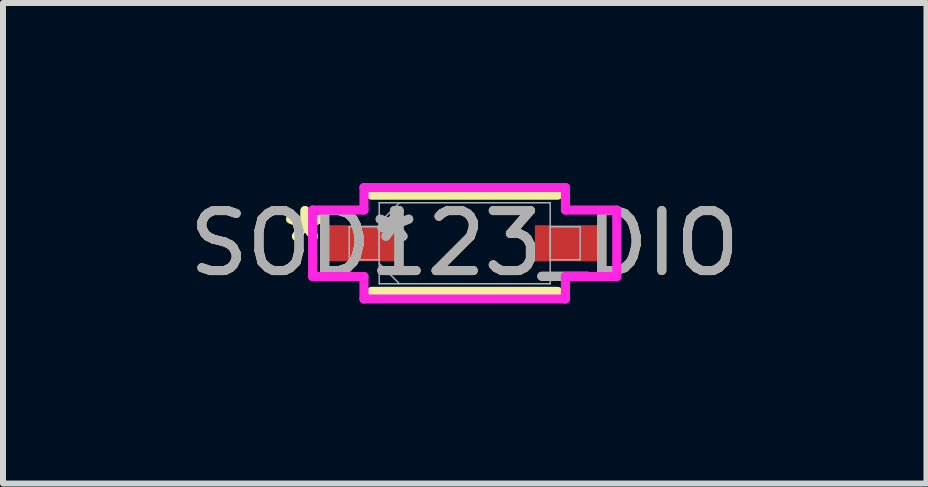
<source format=kicad_pcb>
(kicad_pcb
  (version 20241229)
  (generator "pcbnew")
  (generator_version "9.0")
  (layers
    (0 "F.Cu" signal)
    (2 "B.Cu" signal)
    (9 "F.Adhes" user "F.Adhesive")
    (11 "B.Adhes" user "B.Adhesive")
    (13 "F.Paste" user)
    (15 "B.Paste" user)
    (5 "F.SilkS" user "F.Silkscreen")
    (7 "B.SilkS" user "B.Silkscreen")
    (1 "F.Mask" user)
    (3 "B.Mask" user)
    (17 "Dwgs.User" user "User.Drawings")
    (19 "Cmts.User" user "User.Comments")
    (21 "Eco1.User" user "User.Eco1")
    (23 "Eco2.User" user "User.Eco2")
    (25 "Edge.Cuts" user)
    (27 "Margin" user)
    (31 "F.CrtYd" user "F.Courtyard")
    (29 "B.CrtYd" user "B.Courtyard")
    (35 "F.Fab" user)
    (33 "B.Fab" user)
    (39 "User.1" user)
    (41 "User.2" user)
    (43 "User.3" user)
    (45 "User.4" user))
  (footprint "SOD123_DIO"
    (layer "F.Cu")
    (at 4.696 1.005)
    (property "Reference" "SOD123_DIO" (at 0 0 0) (unlocked yes) (layer "F.SilkS") (effects (font (size 1 1) (thickness 0.15))))
    (attr smd)
    (fp_line (start -1.552 0.802) (end 1.552 0.802) (stroke (width 0.152) (type solid)) (layer "F.SilkS"))
    (fp_line (start 1.552 -0.802) (end -1.552 -0.802) (stroke (width 0.152) (type solid)) (layer "F.SilkS"))
    (fp_line (start -2.535 -0.554) (end -1.679 -0.554) (stroke (width 0.152) (type solid)) (layer "F.CrtYd"))
    (fp_line (start -2.535 0.554) (end -2.535 -0.554) (stroke (width 0.152) (type solid)) (layer "F.CrtYd"))
    (fp_line (start -1.679 -0.929) (end 1.679 -0.929) (stroke (width 0.152) (type solid)) (layer "F.CrtYd"))
    (fp_line (start -1.679 -0.554) (end -1.679 -0.929) (stroke (width 0.152) (type solid)) (layer "F.CrtYd"))
    (fp_line (start -1.679 0.554) (end -2.535 0.554) (stroke (width 0.152) (type solid)) (layer "F.CrtYd"))
    (fp_line (start -1.679 0.929) (end -1.679 0.554) (stroke (width 0.152) (type solid)) (layer "F.CrtYd"))
    (fp_line (start 1.679 -0.929) (end 1.679 -0.554) (stroke (width 0.152) (type solid)) (layer "F.CrtYd"))
    (fp_line (start 1.679 -0.554) (end 2.535 -0.554) (stroke (width 0.152) (type solid)) (layer "F.CrtYd"))
    (fp_line (start 1.679 0.554) (end 1.679 0.929) (stroke (width 0.152) (type solid)) (layer "F.CrtYd"))
    (fp_line (start 1.679 0.929) (end -1.679 0.929) (stroke (width 0.152) (type solid)) (layer "F.CrtYd"))
    (fp_line (start 2.535 -0.554) (end 2.535 0.554) (stroke (width 0.152) (type solid)) (layer "F.CrtYd"))
    (fp_line (start 2.535 0.554) (end 1.679 0.554) (stroke (width 0.152) (type solid)) (layer "F.CrtYd"))
    (fp_line (start -1.925 -0.275) (end -1.925 0.275) (stroke (width 0.025) (type solid)) (layer "F.Fab"))
    (fp_line (start -1.925 0.275) (end -1.425 0.275) (stroke (width 0.025) (type solid)) (layer "F.Fab"))
    (fp_line (start -1.425 -0.675) (end -1.425 0.675) (stroke (width 0.025) (type solid)) (layer "F.Fab"))
    (fp_line (start -1.425 -0.338) (end -1.087 -0.675) (stroke (width 0.025) (type solid)) (layer "F.Fab"))
    (fp_line (start -1.425 -0.275) (end -1.925 -0.275) (stroke (width 0.025) (type solid)) (layer "F.Fab"))
    (fp_line (start -1.425 0.275) (end -1.425 -0.275) (stroke (width 0.025) (type solid)) (layer "F.Fab"))
    (fp_line (start -1.425 0.338) (end -1.087 0.675) (stroke (width 0.025) (type solid)) (layer "F.Fab"))
    (fp_line (start -1.425 0.675) (end 1.425 0.675) (stroke (width 0.025) (type solid)) (layer "F.Fab"))
    (fp_line (start 1.425 -0.675) (end -1.425 -0.675) (stroke (width 0.025) (type solid)) (layer "F.Fab"))
    (fp_line (start 1.425 -0.275) (end 1.425 0.275) (stroke (width 0.025) (type solid)) (layer "F.Fab"))
    (fp_line (start 1.425 0.275) (end 1.925 0.275) (stroke (width 0.025) (type solid)) (layer "F.Fab"))
    (fp_line (start 1.425 0.675) (end 1.425 -0.675) (stroke (width 0.025) (type solid)) (layer "F.Fab"))
    (fp_line (start 1.925 -0.275) (end 1.425 -0.275) (stroke (width 0.025) (type solid)) (layer "F.Fab"))
    (fp_line (start 1.925 0.275) (end 1.925 -0.275) (stroke (width 0.025) (type solid)) (layer "F.Fab"))
    (fp_text user "*" (at -2.662 0 0) (layer "F.SilkS") (effects (font (size 1 1) (thickness 0.15))))
    (fp_text user "*" (at -2.662 0 0) (unlocked yes) (layer "F.SilkS") (effects (font (size 1 1) (thickness 0.15))))
    (fp_text user "${REFERENCE}" (at 0 0 0) (unlocked yes) (layer "F.Fab") (effects (font (size 1 1) (thickness 0.15))))
    (fp_text user "*" (at -1.171 0 0) (unlocked yes) (layer "F.Fab") (effects (font (size 1 1) (thickness 0.15))))
    (fp_text user "*" (at -1.171 0 0) (layer "F.Fab") (effects (font (size 1 1) (thickness 0.15))))
    (pad "1" smd rect (at -1.725 0) (size 1.111 0.601) (layers "F.Cu" "F.Mask" "F.Paste"))
    (pad "2" smd rect (at 1.725 0) (size 1.111 0.601) (layers "F.Cu" "F.Mask" "F.Paste")))
  (gr_rect
    (start -3 -3)
    (end 12.393 5.01)
    (stroke (width 0.1) (type default))
    (fill no)
    (layer "Edge.Cuts")))
</source>
